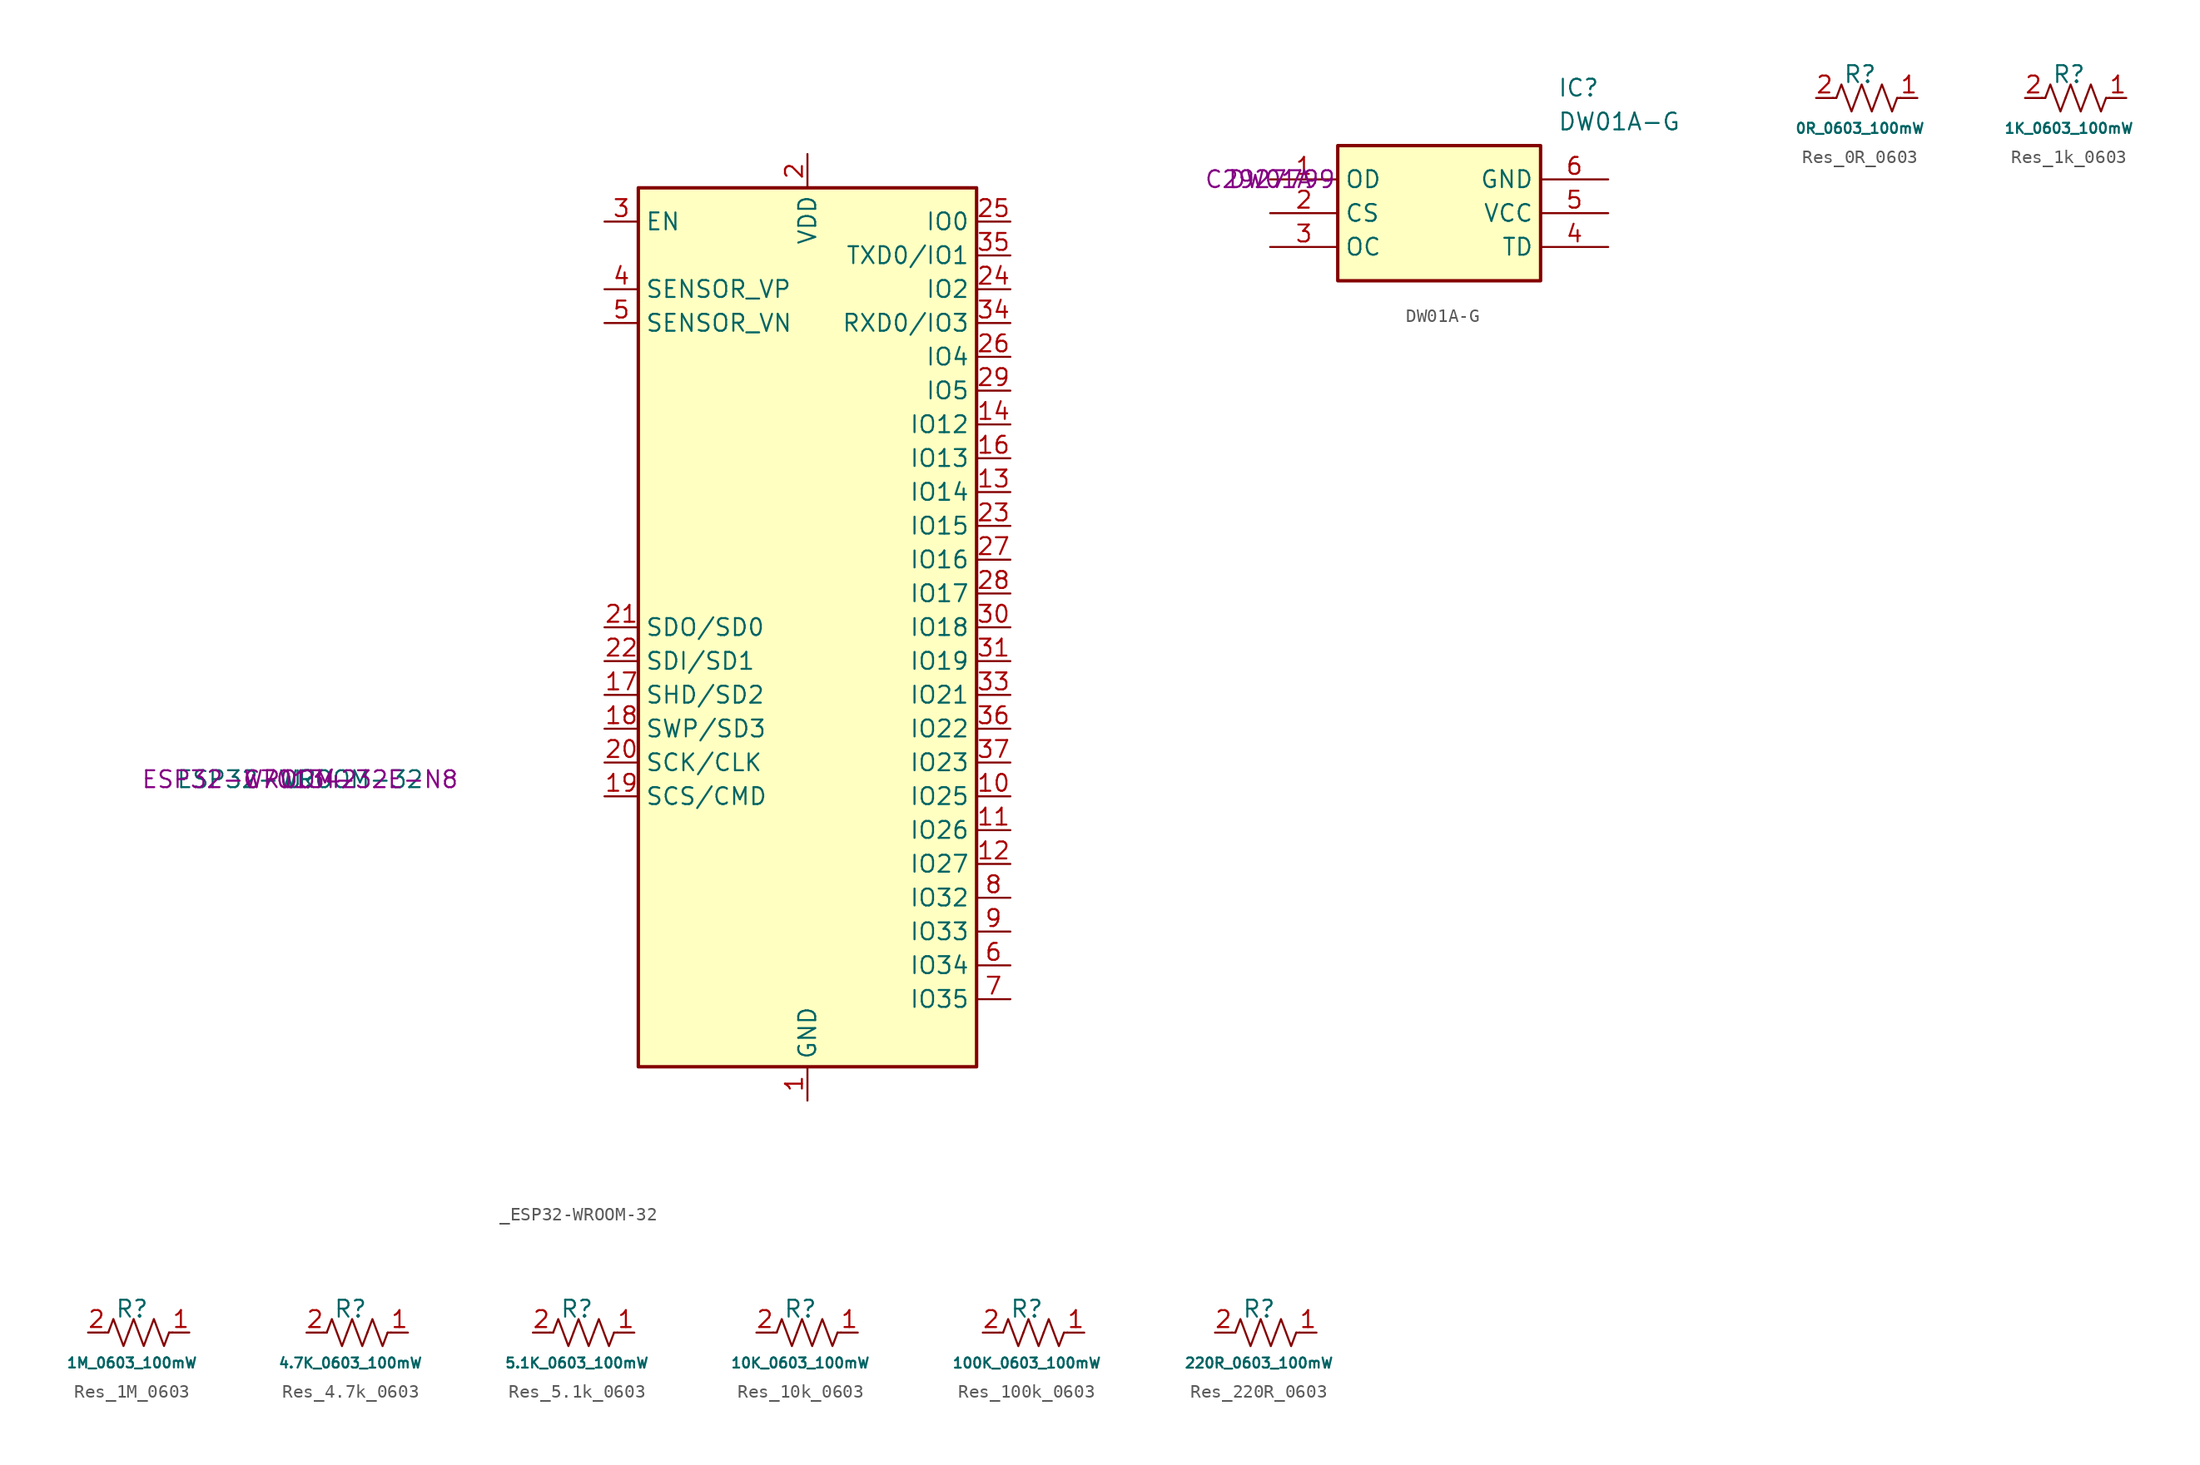
<source format=kicad_sym>
(kicad_symbol_lib
  (version 20231120)
  (generator "kicad_symbol_editor")
  (generator_version "8.0")
  (symbol "_ESP32-WROOM-32"
    (property "Reference" "U"
      (at 0 0 0)
      (effects (font (size 1.27 1.27))))
    (property "Value" " ESP32-WROOM-32"
      (at 0 0 0)
      (effects (font (size 1.27 1.27))))
    (property "Mfr. Part" "ESP32-WROOM-32E-N8"
      (at 0 0 0)
      (effects (font (size 1.27 1.27))))
    (property "LCSC Part" "C701342"
      (at 0 0 0)
      (effects (font (size 1.27 1.27))))
    (symbol "_ESP32-WROOM-32_0_1"
      (rectangle (start 25.4 44.45) (end 50.8 -21.59) (stroke (width 0.254) (type default)) (fill (type background))))
    (symbol "_ESP32-WROOM-32_1_1"
      (pin power_in line (at 38.1 -24.13 90) (length 2.54) (name "GND" (effects (font (size 1.27 1.27)))) (number "1" (effects (font (size 1.27 1.27)))))
      (pin bidirectional line (at 53.34 -1.27 180) (length 2.54) (name "IO25" (effects (font (size 1.27 1.27)))) (number "10" (effects (font (size 1.27 1.27)))))
      (pin bidirectional line (at 53.34 -3.81 180) (length 2.54) (name "IO26" (effects (font (size 1.27 1.27)))) (number "11" (effects (font (size 1.27 1.27)))))
      (pin bidirectional line (at 53.34 -6.35 180) (length 2.54) (name "IO27" (effects (font (size 1.27 1.27)))) (number "12" (effects (font (size 1.27 1.27)))))
      (pin bidirectional line (at 53.34 21.59 180) (length 2.54) (name "IO14" (effects (font (size 1.27 1.27)))) (number "13" (effects (font (size 1.27 1.27)))))
      (pin bidirectional line (at 53.34 26.67 180) (length 2.54) (name "IO12" (effects (font (size 1.27 1.27)))) (number "14" (effects (font (size 1.27 1.27)))))
      (pin passive line (at 38.1 -24.13 90) (length 2.54) hide (name "GND" (effects (font (size 1.27 1.27)))) (number "15" (effects (font (size 1.27 1.27)))))
      (pin bidirectional line (at 53.34 24.13 180) (length 2.54) (name "IO13" (effects (font (size 1.27 1.27)))) (number "16" (effects (font (size 1.27 1.27)))))
      (pin bidirectional line (at 22.86 6.35 0) (length 2.54) (name "SHD/SD2" (effects (font (size 1.27 1.27)))) (number "17" (effects (font (size 1.27 1.27)))))
      (pin bidirectional line (at 22.86 3.81 0) (length 2.54) (name "SWP/SD3" (effects (font (size 1.27 1.27)))) (number "18" (effects (font (size 1.27 1.27)))))
      (pin bidirectional line (at 22.86 -1.27 0) (length 2.54) (name "SCS/CMD" (effects (font (size 1.27 1.27)))) (number "19" (effects (font (size 1.27 1.27)))))
      (pin power_in line (at 38.1 46.99 270) (length 2.54) (name "VDD" (effects (font (size 1.27 1.27)))) (number "2" (effects (font (size 1.27 1.27)))))
      (pin bidirectional line (at 22.86 1.27 0) (length 2.54) (name "SCK/CLK" (effects (font (size 1.27 1.27)))) (number "20" (effects (font (size 1.27 1.27)))))
      (pin bidirectional line (at 22.86 11.43 0) (length 2.54) (name "SDO/SD0" (effects (font (size 1.27 1.27)))) (number "21" (effects (font (size 1.27 1.27)))))
      (pin bidirectional line (at 22.86 8.89 0) (length 2.54) (name "SDI/SD1" (effects (font (size 1.27 1.27)))) (number "22" (effects (font (size 1.27 1.27)))))
      (pin bidirectional line (at 53.34 19.05 180) (length 2.54) (name "IO15" (effects (font (size 1.27 1.27)))) (number "23" (effects (font (size 1.27 1.27)))))
      (pin bidirectional line (at 53.34 36.83 180) (length 2.54) (name "IO2" (effects (font (size 1.27 1.27)))) (number "24" (effects (font (size 1.27 1.27)))))
      (pin bidirectional line (at 53.34 41.91 180) (length 2.54) (name "IO0" (effects (font (size 1.27 1.27)))) (number "25" (effects (font (size 1.27 1.27)))))
      (pin bidirectional line (at 53.34 31.75 180) (length 2.54) (name "IO4" (effects (font (size 1.27 1.27)))) (number "26" (effects (font (size 1.27 1.27)))))
      (pin bidirectional line (at 53.34 16.51 180) (length 2.54) (name "IO16" (effects (font (size 1.27 1.27)))) (number "27" (effects (font (size 1.27 1.27)))))
      (pin bidirectional line (at 53.34 13.97 180) (length 2.54) (name "IO17" (effects (font (size 1.27 1.27)))) (number "28" (effects (font (size 1.27 1.27)))))
      (pin bidirectional line (at 53.34 29.21 180) (length 2.54) (name "IO5" (effects (font (size 1.27 1.27)))) (number "29" (effects (font (size 1.27 1.27)))))
      (pin input line (at 22.86 41.91 0) (length 2.54) (name "EN" (effects (font (size 1.27 1.27)))) (number "3" (effects (font (size 1.27 1.27)))))
      (pin bidirectional line (at 53.34 11.43 180) (length 2.54) (name "IO18" (effects (font (size 1.27 1.27)))) (number "30" (effects (font (size 1.27 1.27)))))
      (pin bidirectional line (at 53.34 8.89 180) (length 2.54) (name "IO19" (effects (font (size 1.27 1.27)))) (number "31" (effects (font (size 1.27 1.27)))))
      (pin no_connect line (at 25.4 -16.51 0) (length 2.54) hide (name "NC" (effects (font (size 1.27 1.27)))) (number "32" (effects (font (size 1.27 1.27)))))
      (pin bidirectional line (at 53.34 6.35 180) (length 2.54) (name "IO21" (effects (font (size 1.27 1.27)))) (number "33" (effects (font (size 1.27 1.27)))))
      (pin bidirectional line (at 53.34 34.29 180) (length 2.54) (name "RXD0/IO3" (effects (font (size 1.27 1.27)))) (number "34" (effects (font (size 1.27 1.27)))))
      (pin bidirectional line (at 53.34 39.37 180) (length 2.54) (name "TXD0/IO1" (effects (font (size 1.27 1.27)))) (number "35" (effects (font (size 1.27 1.27)))))
      (pin bidirectional line (at 53.34 3.81 180) (length 2.54) (name "IO22" (effects (font (size 1.27 1.27)))) (number "36" (effects (font (size 1.27 1.27)))))
      (pin bidirectional line (at 53.34 1.27 180) (length 2.54) (name "IO23" (effects (font (size 1.27 1.27)))) (number "37" (effects (font (size 1.27 1.27)))))
      (pin passive line (at 38.1 -24.13 90) (length 2.54) hide (name "GND" (effects (font (size 1.27 1.27)))) (number "38" (effects (font (size 1.27 1.27)))))
      (pin passive line (at 38.1 -24.13 90) (length 2.54) hide (name "GND" (effects (font (size 1.27 1.27)))) (number "39" (effects (font (size 1.27 1.27)))))
      (pin input line (at 22.86 36.83 0) (length 2.54) (name "SENSOR_VP" (effects (font (size 1.27 1.27)))) (number "4" (effects (font (size 1.27 1.27)))))
      (pin input line (at 22.86 34.29 0) (length 2.54) (name "SENSOR_VN" (effects (font (size 1.27 1.27)))) (number "5" (effects (font (size 1.27 1.27)))))
      (pin input line (at 53.34 -13.97 180) (length 2.54) (name "IO34" (effects (font (size 1.27 1.27)))) (number "6" (effects (font (size 1.27 1.27)))))
      (pin input line (at 53.34 -16.51 180) (length 2.54) (name "IO35" (effects (font (size 1.27 1.27)))) (number "7" (effects (font (size 1.27 1.27)))))
      (pin bidirectional line (at 53.34 -8.89 180) (length 2.54) (name "IO32" (effects (font (size 1.27 1.27)))) (number "8" (effects (font (size 1.27 1.27)))))
      (pin bidirectional line (at 53.34 -11.43 180) (length 2.54) (name "IO33" (effects (font (size 1.27 1.27)))) (number "9" (effects (font (size 1.27 1.27)))))))
  (symbol "DW01A-G"
    (property "Reference" "IC"
      (at 21.59 7.62 0)
      (effects (font (size 1.27 1.27)) (justify left top)))
    (property "Value" "DW01A-G"
      (at 21.59 5.08 0)
      (effects (font (size 1.27 1.27)) (justify left top)))
    (property "Mfr. Part" "DW01A"
      (at 0 0 0)
      (effects (font (size 1.27 1.27))))
    (property "LCSC Part" "C2927799"
      (at 0 0 0)
      (effects (font (size 1.27 1.27))))
    (symbol "DW01A-G_1_1"
      (rectangle (start 5.08 2.54) (end 20.32 -7.62) (stroke (width 0.254) (type default)) (fill (type background)))
      (pin passive line (at 0 0 0) (length 5.08) (name "OD" (effects (font (size 1.27 1.27)))) (number "1" (effects (font (size 1.27 1.27)))))
      (pin passive line (at 0 -2.54 0) (length 5.08) (name "CS" (effects (font (size 1.27 1.27)))) (number "2" (effects (font (size 1.27 1.27)))))
      (pin passive line (at 0 -5.08 0) (length 5.08) (name "OC" (effects (font (size 1.27 1.27)))) (number "3" (effects (font (size 1.27 1.27)))))
      (pin passive line (at 25.4 -5.08 180) (length 5.08) (name "TD" (effects (font (size 1.27 1.27)))) (number "4" (effects (font (size 1.27 1.27)))))
      (pin passive line (at 25.4 -2.54 180) (length 5.08) (name "VCC" (effects (font (size 1.27 1.27)))) (number "5" (effects (font (size 1.27 1.27)))))
      (pin passive line (at 25.4 0 180) (length 5.08) (name "GND" (effects (font (size 1.27 1.27)))) (number "6" (effects (font (size 1.27 1.27)))))))
  (symbol "Res_0R_0603"
    (property "Reference" "R"
      (at 3.302 1.778 0)
      (effects (font (size 1.27 1.27))))
    (property "Value" "0R_0603_100mW"
      (at 3.302 -2.286 0)
      (effects (font (size 0.762 0.762))))
    (symbol "Res_0R_0603_0_1"
      (polyline (pts (xy 1.524 0) (xy 1.27 0)) (stroke (width 0) (type default)) (fill (type none)))
      (polyline (pts (xy 6.096 0) (xy 6.35 0)) (stroke (width 0) (type default)) (fill (type none)))
      (polyline (pts (xy 3.048 0) (xy 2.667 -1.016) (xy 2.286 0) (xy 1.905 1.016) (xy 1.524 0)) (stroke (width 0) (type default)) (fill (type none)))
      (polyline (pts (xy 4.572 0) (xy 4.191 -1.016) (xy 3.81 0) (xy 3.429 1.016) (xy 3.048 0)) (stroke (width 0) (type default)) (fill (type none)))
      (polyline (pts (xy 6.096 0) (xy 5.715 -1.016) (xy 5.334 0) (xy 4.953 1.016) (xy 4.572 0)) (stroke (width 0) (type default)) (fill (type none))))
    (symbol "Res_0R_0603_1_1"
      (pin passive line (at 7.62 0 180) (length 1.27) (name "~" (effects (font (size 1.27 1.27)))) (number "1" (effects (font (size 1.27 1.27)))))
      (pin passive line (at 0 0 0) (length 1.27) (name "~" (effects (font (size 1.27 1.27)))) (number "2" (effects (font (size 1.27 1.27)))))))
  (symbol "Res_1k_0603"
    (property "Reference" "R"
      (at 3.302 1.778 0)
      (effects (font (size 1.27 1.27))))
    (property "Value" "1K_0603_100mW"
      (at 3.302 -2.286 0)
      (effects (font (size 0.762 0.762))))
    (symbol "Res_1k_0603_0_1"
      (polyline (pts (xy 1.524 0) (xy 1.27 0)) (stroke (width 0) (type default)) (fill (type none)))
      (polyline (pts (xy 6.096 0) (xy 6.35 0)) (stroke (width 0) (type default)) (fill (type none)))
      (polyline (pts (xy 3.048 0) (xy 2.667 -1.016) (xy 2.286 0) (xy 1.905 1.016) (xy 1.524 0)) (stroke (width 0) (type default)) (fill (type none)))
      (polyline (pts (xy 4.572 0) (xy 4.191 -1.016) (xy 3.81 0) (xy 3.429 1.016) (xy 3.048 0)) (stroke (width 0) (type default)) (fill (type none)))
      (polyline (pts (xy 6.096 0) (xy 5.715 -1.016) (xy 5.334 0) (xy 4.953 1.016) (xy 4.572 0)) (stroke (width 0) (type default)) (fill (type none))))
    (symbol "Res_1k_0603_1_1"
      (pin passive line (at 7.62 0 180) (length 1.27) (name "~" (effects (font (size 1.27 1.27)))) (number "1" (effects (font (size 1.27 1.27)))))
      (pin passive line (at 0 0 0) (length 1.27) (name "~" (effects (font (size 1.27 1.27)))) (number "2" (effects (font (size 1.27 1.27)))))))
  (symbol "Res_1M_0603"
    (property "Reference" "R"
      (at 3.302 1.778 0)
      (effects (font (size 1.27 1.27))))
    (property "Value" "1M_0603_100mW"
      (at 3.302 -2.286 0)
      (effects (font (size 0.762 0.762))))
    (symbol "Res_1M_0603_0_1"
      (polyline (pts (xy 1.524 0) (xy 1.27 0)) (stroke (width 0) (type default)) (fill (type none)))
      (polyline (pts (xy 6.096 0) (xy 6.35 0)) (stroke (width 0) (type default)) (fill (type none)))
      (polyline (pts (xy 3.048 0) (xy 2.667 -1.016) (xy 2.286 0) (xy 1.905 1.016) (xy 1.524 0)) (stroke (width 0) (type default)) (fill (type none)))
      (polyline (pts (xy 4.572 0) (xy 4.191 -1.016) (xy 3.81 0) (xy 3.429 1.016) (xy 3.048 0)) (stroke (width 0) (type default)) (fill (type none)))
      (polyline (pts (xy 6.096 0) (xy 5.715 -1.016) (xy 5.334 0) (xy 4.953 1.016) (xy 4.572 0)) (stroke (width 0) (type default)) (fill (type none))))
    (symbol "Res_1M_0603_1_1"
      (pin passive line (at 7.62 0 180) (length 1.27) (name "~" (effects (font (size 1.27 1.27)))) (number "1" (effects (font (size 1.27 1.27)))))
      (pin passive line (at 0 0 0) (length 1.27) (name "~" (effects (font (size 1.27 1.27)))) (number "2" (effects (font (size 1.27 1.27)))))))
  (symbol "Res_4.7k_0603"
    (property "Reference" "R"
      (at 3.302 1.778 0)
      (effects (font (size 1.27 1.27))))
    (property "Value" "4.7K_0603_100mW"
      (at 3.302 -2.286 0)
      (effects (font (size 0.762 0.762))))
    (symbol "Res_4.7k_0603_0_1"
      (polyline (pts (xy 1.524 0) (xy 1.27 0)) (stroke (width 0) (type default)) (fill (type none)))
      (polyline (pts (xy 6.096 0) (xy 6.35 0)) (stroke (width 0) (type default)) (fill (type none)))
      (polyline (pts (xy 3.048 0) (xy 2.667 -1.016) (xy 2.286 0) (xy 1.905 1.016) (xy 1.524 0)) (stroke (width 0) (type default)) (fill (type none)))
      (polyline (pts (xy 4.572 0) (xy 4.191 -1.016) (xy 3.81 0) (xy 3.429 1.016) (xy 3.048 0)) (stroke (width 0) (type default)) (fill (type none)))
      (polyline (pts (xy 6.096 0) (xy 5.715 -1.016) (xy 5.334 0) (xy 4.953 1.016) (xy 4.572 0)) (stroke (width 0) (type default)) (fill (type none))))
    (symbol "Res_4.7k_0603_1_1"
      (pin passive line (at 7.62 0 180) (length 1.27) (name "~" (effects (font (size 1.27 1.27)))) (number "1" (effects (font (size 1.27 1.27)))))
      (pin passive line (at 0 0 0) (length 1.27) (name "~" (effects (font (size 1.27 1.27)))) (number "2" (effects (font (size 1.27 1.27)))))))
  (symbol "Res_5.1k_0603"
    (property "Reference" "R"
      (at 3.302 1.778 0)
      (effects (font (size 1.27 1.27))))
    (property "Value" "5.1K_0603_100mW"
      (at 3.302 -2.286 0)
      (effects (font (size 0.762 0.762))))
    (symbol "Res_5.1k_0603_0_1"
      (polyline (pts (xy 1.524 0) (xy 1.27 0)) (stroke (width 0) (type default)) (fill (type none)))
      (polyline (pts (xy 6.096 0) (xy 6.35 0)) (stroke (width 0) (type default)) (fill (type none)))
      (polyline (pts (xy 3.048 0) (xy 2.667 -1.016) (xy 2.286 0) (xy 1.905 1.016) (xy 1.524 0)) (stroke (width 0) (type default)) (fill (type none)))
      (polyline (pts (xy 4.572 0) (xy 4.191 -1.016) (xy 3.81 0) (xy 3.429 1.016) (xy 3.048 0)) (stroke (width 0) (type default)) (fill (type none)))
      (polyline (pts (xy 6.096 0) (xy 5.715 -1.016) (xy 5.334 0) (xy 4.953 1.016) (xy 4.572 0)) (stroke (width 0) (type default)) (fill (type none))))
    (symbol "Res_5.1k_0603_1_1"
      (pin passive line (at 7.62 0 180) (length 1.27) (name "~" (effects (font (size 1.27 1.27)))) (number "1" (effects (font (size 1.27 1.27)))))
      (pin passive line (at 0 0 0) (length 1.27) (name "~" (effects (font (size 1.27 1.27)))) (number "2" (effects (font (size 1.27 1.27)))))))
  (symbol "Res_10k_0603"
    (property "Reference" "R"
      (at 3.302 1.778 0)
      (effects (font (size 1.27 1.27))))
    (property "Value" "10K_0603_100mW"
      (at 3.302 -2.286 0)
      (effects (font (size 0.762 0.762))))
    (symbol "Res_10k_0603_0_1"
      (polyline (pts (xy 1.524 0) (xy 1.27 0)) (stroke (width 0) (type default)) (fill (type none)))
      (polyline (pts (xy 6.096 0) (xy 6.35 0)) (stroke (width 0) (type default)) (fill (type none)))
      (polyline (pts (xy 3.048 0) (xy 2.667 -1.016) (xy 2.286 0) (xy 1.905 1.016) (xy 1.524 0)) (stroke (width 0) (type default)) (fill (type none)))
      (polyline (pts (xy 4.572 0) (xy 4.191 -1.016) (xy 3.81 0) (xy 3.429 1.016) (xy 3.048 0)) (stroke (width 0) (type default)) (fill (type none)))
      (polyline (pts (xy 6.096 0) (xy 5.715 -1.016) (xy 5.334 0) (xy 4.953 1.016) (xy 4.572 0)) (stroke (width 0) (type default)) (fill (type none))))
    (symbol "Res_10k_0603_1_1"
      (pin passive line (at 7.62 0 180) (length 1.27) (name "~" (effects (font (size 1.27 1.27)))) (number "1" (effects (font (size 1.27 1.27)))))
      (pin passive line (at 0 0 0) (length 1.27) (name "~" (effects (font (size 1.27 1.27)))) (number "2" (effects (font (size 1.27 1.27)))))))
  (symbol "Res_100k_0603"
    (property "Reference" "R"
      (at 3.302 1.778 0)
      (effects (font (size 1.27 1.27))))
    (property "Value" "100K_0603_100mW"
      (at 3.302 -2.286 0)
      (effects (font (size 0.762 0.762))))
    (symbol "Res_100k_0603_0_1"
      (polyline (pts (xy 1.524 0) (xy 1.27 0)) (stroke (width 0) (type default)) (fill (type none)))
      (polyline (pts (xy 6.096 0) (xy 6.35 0)) (stroke (width 0) (type default)) (fill (type none)))
      (polyline (pts (xy 3.048 0) (xy 2.667 -1.016) (xy 2.286 0) (xy 1.905 1.016) (xy 1.524 0)) (stroke (width 0) (type default)) (fill (type none)))
      (polyline (pts (xy 4.572 0) (xy 4.191 -1.016) (xy 3.81 0) (xy 3.429 1.016) (xy 3.048 0)) (stroke (width 0) (type default)) (fill (type none)))
      (polyline (pts (xy 6.096 0) (xy 5.715 -1.016) (xy 5.334 0) (xy 4.953 1.016) (xy 4.572 0)) (stroke (width 0) (type default)) (fill (type none))))
    (symbol "Res_100k_0603_1_1"
      (pin passive line (at 7.62 0 180) (length 1.27) (name "~" (effects (font (size 1.27 1.27)))) (number "1" (effects (font (size 1.27 1.27)))))
      (pin passive line (at 0 0 0) (length 1.27) (name "~" (effects (font (size 1.27 1.27)))) (number "2" (effects (font (size 1.27 1.27)))))))
  (symbol "Res_220R_0603"
    (property "Reference" "R"
      (at 3.302 1.778 0)
      (effects (font (size 1.27 1.27))))
    (property "Value" "220R_0603_100mW"
      (at 3.302 -2.286 0)
      (effects (font (size 0.762 0.762))))
    (symbol "Res_220R_0603_0_1"
      (polyline (pts (xy 1.524 0) (xy 1.27 0)) (stroke (width 0) (type default)) (fill (type none)))
      (polyline (pts (xy 6.096 0) (xy 6.35 0)) (stroke (width 0) (type default)) (fill (type none)))
      (polyline (pts (xy 3.048 0) (xy 2.667 -1.016) (xy 2.286 0) (xy 1.905 1.016) (xy 1.524 0)) (stroke (width 0) (type default)) (fill (type none)))
      (polyline (pts (xy 4.572 0) (xy 4.191 -1.016) (xy 3.81 0) (xy 3.429 1.016) (xy 3.048 0)) (stroke (width 0) (type default)) (fill (type none)))
      (polyline (pts (xy 6.096 0) (xy 5.715 -1.016) (xy 5.334 0) (xy 4.953 1.016) (xy 4.572 0)) (stroke (width 0) (type default)) (fill (type none))))
    (symbol "Res_220R_0603_1_1"
      (pin passive line (at 7.62 0 180) (length 1.27) (name "~" (effects (font (size 1.27 1.27)))) (number "1" (effects (font (size 1.27 1.27)))))
      (pin passive line (at 0 0 0) (length 1.27) (name "~" (effects (font (size 1.27 1.27)))) (number "2" (effects (font (size 1.27 1.27))))))))
</source>
